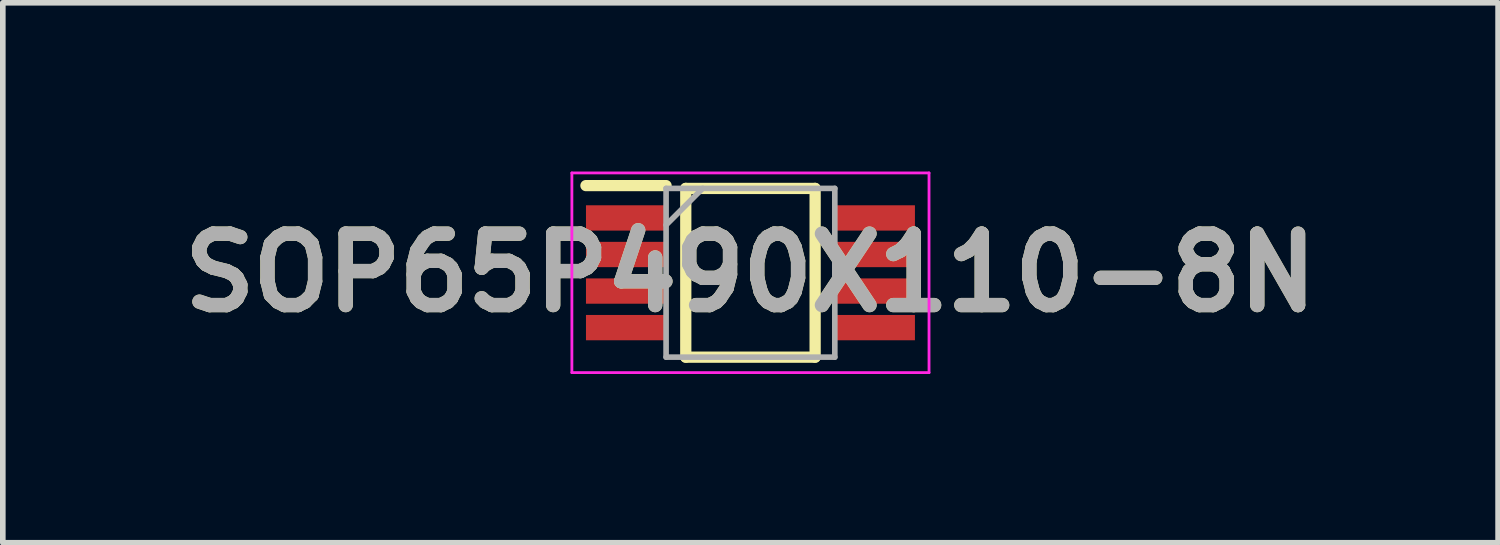
<source format=kicad_pcb>
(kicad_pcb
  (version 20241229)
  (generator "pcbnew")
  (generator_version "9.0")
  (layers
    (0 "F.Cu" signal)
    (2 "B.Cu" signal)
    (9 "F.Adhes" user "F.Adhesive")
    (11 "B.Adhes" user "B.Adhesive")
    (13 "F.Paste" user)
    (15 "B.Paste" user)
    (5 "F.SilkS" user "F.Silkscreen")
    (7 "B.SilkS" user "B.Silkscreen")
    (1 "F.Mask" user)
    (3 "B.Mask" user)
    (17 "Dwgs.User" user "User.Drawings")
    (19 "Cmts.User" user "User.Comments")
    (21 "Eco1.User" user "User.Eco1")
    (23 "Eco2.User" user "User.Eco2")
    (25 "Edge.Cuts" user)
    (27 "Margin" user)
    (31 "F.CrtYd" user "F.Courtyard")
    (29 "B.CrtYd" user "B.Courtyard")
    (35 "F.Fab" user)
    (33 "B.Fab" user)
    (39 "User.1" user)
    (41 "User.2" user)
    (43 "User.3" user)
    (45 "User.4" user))
  (footprint "SOP65P490X110-8N"
    (layer "F.Cu")
    (at 10.293 1.8)
    (property "Reference" "SOP65P490X110-8N" (at 0 0 0) (layer "F.SilkS") (effects (font (size 1.27 1.27) (thickness 0.254))))
    (attr smd)
    (fp_line (start -2.925 -1.55) (end -1.5 -1.55) (stroke (width 0.2) (type solid)) (layer "F.SilkS"))
    (fp_line (start -1.15 -1.5) (end 1.15 -1.5) (stroke (width 0.2) (type solid)) (layer "F.SilkS"))
    (fp_line (start -1.15 1.5) (end -1.15 -1.5) (stroke (width 0.2) (type solid)) (layer "F.SilkS"))
    (fp_line (start 1.15 -1.5) (end 1.15 1.5) (stroke (width 0.2) (type solid)) (layer "F.SilkS"))
    (fp_line (start 1.15 1.5) (end -1.15 1.5) (stroke (width 0.2) (type solid)) (layer "F.SilkS"))
    (fp_line (start -3.175 -1.775) (end 3.175 -1.775) (stroke (width 0.05) (type solid)) (layer "F.CrtYd"))
    (fp_line (start -3.175 1.775) (end -3.175 -1.775) (stroke (width 0.05) (type solid)) (layer "F.CrtYd"))
    (fp_line (start 3.175 -1.775) (end 3.175 1.775) (stroke (width 0.05) (type solid)) (layer "F.CrtYd"))
    (fp_line (start 3.175 1.775) (end -3.175 1.775) (stroke (width 0.05) (type solid)) (layer "F.CrtYd"))
    (fp_line (start -1.5 -1.5) (end 1.5 -1.5) (stroke (width 0.1) (type solid)) (layer "F.Fab"))
    (fp_line (start -1.5 -0.85) (end -0.85 -1.5) (stroke (width 0.1) (type solid)) (layer "F.Fab"))
    (fp_line (start -1.5 1.5) (end -1.5 -1.5) (stroke (width 0.1) (type solid)) (layer "F.Fab"))
    (fp_line (start 1.5 -1.5) (end 1.5 1.5) (stroke (width 0.1) (type solid)) (layer "F.Fab"))
    (fp_line (start 1.5 1.5) (end -1.5 1.5) (stroke (width 0.1) (type solid)) (layer "F.Fab"))
    (fp_text user "${REFERENCE}" (at 0 0 0) (layer "F.Fab") (effects (font (size 1.27 1.27) (thickness 0.254))))
    (pad "1" smd rect (at -2.212 -0.975 90) (size 0.45 1.425) (layers "F.Cu" "F.Mask" "F.Paste"))
    (pad "2" smd rect (at -2.212 -0.325 90) (size 0.45 1.425) (layers "F.Cu" "F.Mask" "F.Paste"))
    (pad "3" smd rect (at -2.212 0.325 90) (size 0.45 1.425) (layers "F.Cu" "F.Mask" "F.Paste"))
    (pad "4" smd rect (at -2.212 0.975 90) (size 0.45 1.425) (layers "F.Cu" "F.Mask" "F.Paste"))
    (pad "5" smd rect (at 2.212 0.975 90) (size 0.45 1.425) (layers "F.Cu" "F.Mask" "F.Paste"))
    (pad "6" smd rect (at 2.212 0.325 90) (size 0.45 1.425) (layers "F.Cu" "F.Mask" "F.Paste"))
    (pad "7" smd rect (at 2.212 -0.325 90) (size 0.45 1.425) (layers "F.Cu" "F.Mask" "F.Paste"))
    (pad "8" smd rect (at 2.212 -0.975 90) (size 0.45 1.425) (layers "F.Cu" "F.Mask" "F.Paste")))
  (gr_rect
    (start -3 -3)
    (end 23.586 6.6)
    (stroke (width 0.1) (type default))
    (fill no)
    (layer "Edge.Cuts")))
</source>
